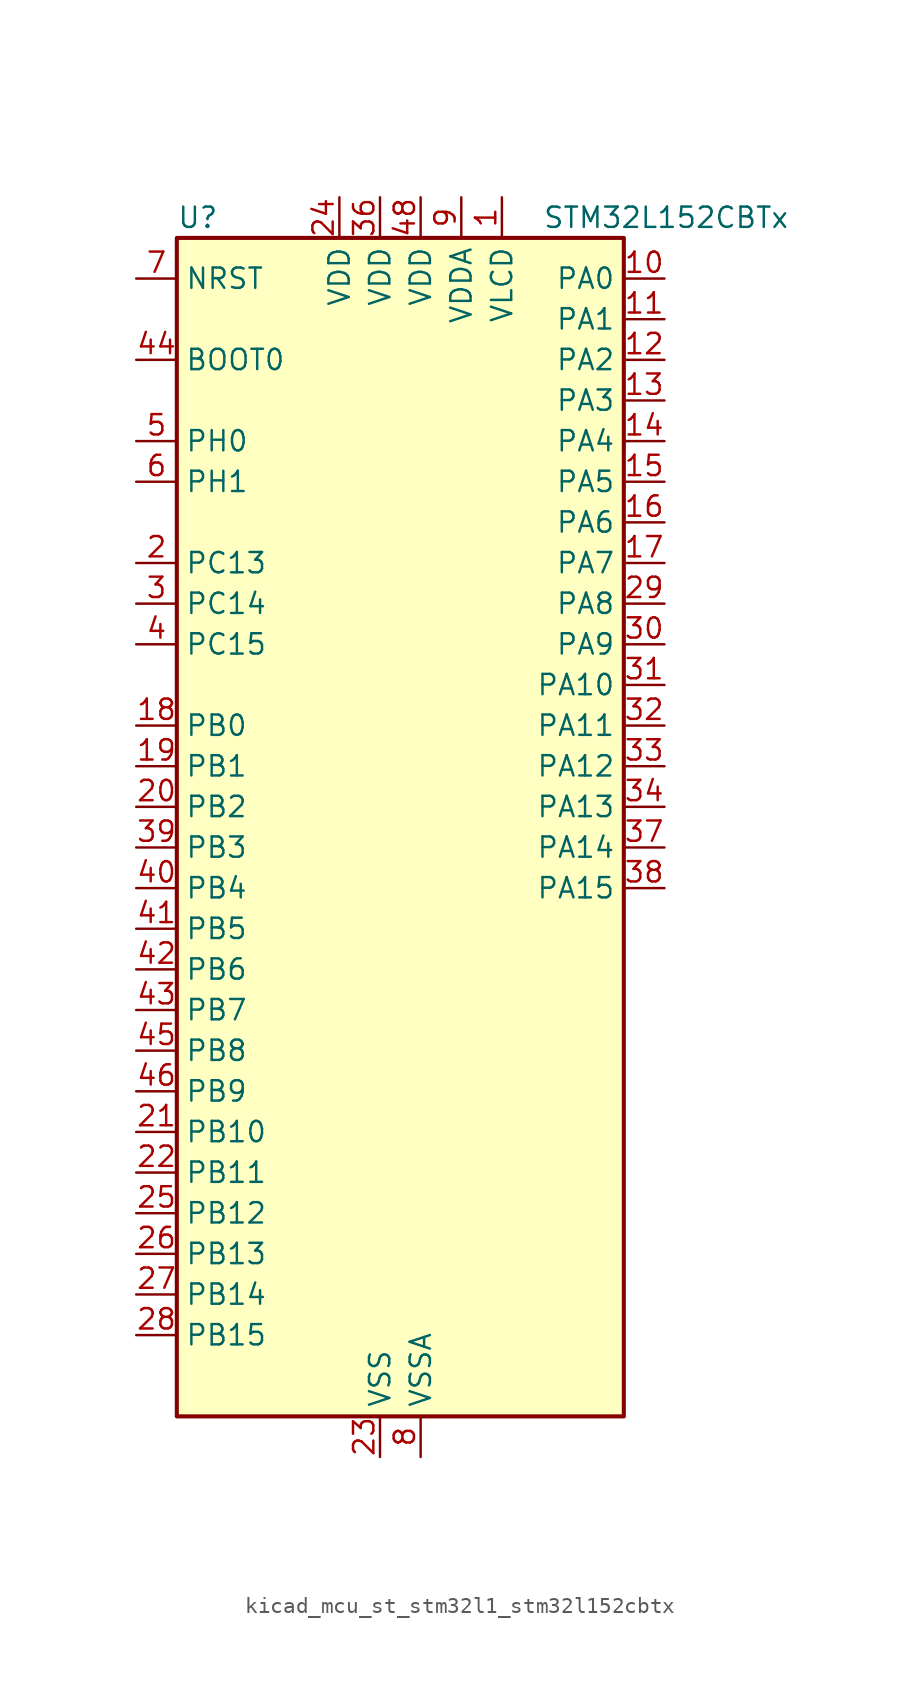
<source format=kicad_sym>
(kicad_symbol_lib
  (version 20220914)
  (generator kicad_symbol_editor)
  (symbol "kicad_mcu_st_stm32l1_stm32l152cbtx"
    (property "Reference" "U"
      (at -12.7 39.37 0)
      (effects (font (size 1.27 1.27)) (justify left)))
    (property "Value" "STM32L152CBTx"
      (at 10.16 39.37 0)
      (effects (font (size 1.27 1.27)) (justify left)))
    (property "ki_locked" ""
      (at 0 0 0)
      (effects (font (size 1.27 1.27))))
    (symbol "kicad_mcu_st_stm32l1_stm32l152cbtx_0_1"
      (rectangle (start -12.7 -35.56) (end 15.24 38.1) (stroke (width 0.254) (type default)) (fill (type background))))
    (symbol "kicad_mcu_st_stm32l1_stm32l152cbtx_1_1"
      (pin power_in line (at 7.62 40.64 270) (length 2.54) (name "VLCD" (effects (font (size 1.27 1.27)))) (number "1" (effects (font (size 1.27 1.27)))))
      (pin bidirectional line (at 17.78 35.56 180) (length 2.54) (name "PA0" (effects (font (size 1.27 1.27)))) (number "10" (effects (font (size 1.27 1.27)))) (alternate "ADC_IN0" bidirectional line) (alternate "COMP1_INP" bidirectional line) (alternate "SYS_WKUP1" bidirectional line) (alternate "TIM2_CH1" bidirectional line) (alternate "TIM2_ETR" bidirectional line) (alternate "TIMX_IC1" bidirectional line) (alternate "TS_G1_IO1" bidirectional line) (alternate "USART2_CTS" bidirectional line))
      (pin bidirectional line (at 17.78 33.02 180) (length 2.54) (name "PA1" (effects (font (size 1.27 1.27)))) (number "11" (effects (font (size 1.27 1.27)))) (alternate "ADC_IN1" bidirectional line) (alternate "COMP1_INP" bidirectional line) (alternate "LCD_SEG0" bidirectional line) (alternate "TIM2_CH2" bidirectional line) (alternate "TIMX_IC2" bidirectional line) (alternate "TS_G1_IO2" bidirectional line) (alternate "USART2_RTS" bidirectional line))
      (pin bidirectional line (at 17.78 30.48 180) (length 2.54) (name "PA2" (effects (font (size 1.27 1.27)))) (number "12" (effects (font (size 1.27 1.27)))) (alternate "ADC_IN2" bidirectional line) (alternate "COMP1_INP" bidirectional line) (alternate "LCD_SEG1" bidirectional line) (alternate "TIM2_CH3" bidirectional line) (alternate "TIM9_CH1" bidirectional line) (alternate "TIMX_IC3" bidirectional line) (alternate "TS_G1_IO3" bidirectional line) (alternate "USART2_TX" bidirectional line))
      (pin bidirectional line (at 17.78 27.94 180) (length 2.54) (name "PA3" (effects (font (size 1.27 1.27)))) (number "13" (effects (font (size 1.27 1.27)))) (alternate "ADC_IN3" bidirectional line) (alternate "COMP1_INP" bidirectional line) (alternate "LCD_SEG2" bidirectional line) (alternate "TIM2_CH4" bidirectional line) (alternate "TIM9_CH2" bidirectional line) (alternate "TIMX_IC4" bidirectional line) (alternate "TS_G1_IO4" bidirectional line) (alternate "USART2_RX" bidirectional line))
      (pin bidirectional line (at 17.78 25.4 180) (length 2.54) (name "PA4" (effects (font (size 1.27 1.27)))) (number "14" (effects (font (size 1.27 1.27)))) (alternate "ADC_IN4" bidirectional line) (alternate "COMP1_INP" bidirectional line) (alternate "DAC_OUT1" bidirectional line) (alternate "SPI1_NSS" bidirectional line) (alternate "TIMX_IC1" bidirectional line) (alternate "USART2_CK" bidirectional line))
      (pin bidirectional line (at 17.78 22.86 180) (length 2.54) (name "PA5" (effects (font (size 1.27 1.27)))) (number "15" (effects (font (size 1.27 1.27)))) (alternate "ADC_IN5" bidirectional line) (alternate "COMP1_INP" bidirectional line) (alternate "DAC_OUT2" bidirectional line) (alternate "SPI1_SCK" bidirectional line) (alternate "TIM2_CH1" bidirectional line) (alternate "TIM2_ETR" bidirectional line) (alternate "TIMX_IC2" bidirectional line))
      (pin bidirectional line (at 17.78 20.32 180) (length 2.54) (name "PA6" (effects (font (size 1.27 1.27)))) (number "16" (effects (font (size 1.27 1.27)))) (alternate "ADC_IN6" bidirectional line) (alternate "COMP1_INP" bidirectional line) (alternate "LCD_SEG3" bidirectional line) (alternate "SPI1_MISO" bidirectional line) (alternate "TIM10_CH1" bidirectional line) (alternate "TIM3_CH1" bidirectional line) (alternate "TIMX_IC3" bidirectional line) (alternate "TS_G2_IO1" bidirectional line))
      (pin bidirectional line (at 17.78 17.78 180) (length 2.54) (name "PA7" (effects (font (size 1.27 1.27)))) (number "17" (effects (font (size 1.27 1.27)))) (alternate "ADC_IN7" bidirectional line) (alternate "COMP1_INP" bidirectional line) (alternate "LCD_SEG4" bidirectional line) (alternate "SPI1_MOSI" bidirectional line) (alternate "TIM11_CH1" bidirectional line) (alternate "TIM3_CH2" bidirectional line) (alternate "TIMX_IC4" bidirectional line) (alternate "TS_G2_IO2" bidirectional line))
      (pin bidirectional line (at -15.24 7.62 0) (length 2.54) (name "PB0" (effects (font (size 1.27 1.27)))) (number "18" (effects (font (size 1.27 1.27)))) (alternate "ADC_IN8" bidirectional line) (alternate "COMP1_INP" bidirectional line) (alternate "LCD_SEG5" bidirectional line) (alternate "SYS_V_REF_OUT" bidirectional line) (alternate "TIM3_CH3" bidirectional line) (alternate "TS_G3_IO1" bidirectional line))
      (pin bidirectional line (at -15.24 5.08 0) (length 2.54) (name "PB1" (effects (font (size 1.27 1.27)))) (number "19" (effects (font (size 1.27 1.27)))) (alternate "ADC_IN9" bidirectional line) (alternate "COMP1_INP" bidirectional line) (alternate "LCD_SEG6" bidirectional line) (alternate "SYS_V_REF_OUT" bidirectional line) (alternate "TIM3_CH4" bidirectional line) (alternate "TS_G3_IO2" bidirectional line))
      (pin bidirectional line (at -15.24 17.78 0) (length 2.54) (name "PC13" (effects (font (size 1.27 1.27)))) (number "2" (effects (font (size 1.27 1.27)))) (alternate "RTC_OUT_ALARM" bidirectional line) (alternate "RTC_OUT_CALIB" bidirectional line) (alternate "RTC_TAMP1" bidirectional line) (alternate "RTC_TS" bidirectional line) (alternate "SYS_WKUP2" bidirectional line) (alternate "TIMX_IC2" bidirectional line))
      (pin bidirectional line (at -15.24 2.54 0) (length 2.54) (name "PB2" (effects (font (size 1.27 1.27)))) (number "20" (effects (font (size 1.27 1.27)))))
      (pin bidirectional line (at -15.24 -17.78 0) (length 2.54) (name "PB10" (effects (font (size 1.27 1.27)))) (number "21" (effects (font (size 1.27 1.27)))) (alternate "I2C2_SCL" bidirectional line) (alternate "LCD_SEG10" bidirectional line) (alternate "TIM2_CH3" bidirectional line) (alternate "USART3_TX" bidirectional line))
      (pin bidirectional line (at -15.24 -20.32 0) (length 2.54) (name "PB11" (effects (font (size 1.27 1.27)))) (number "22" (effects (font (size 1.27 1.27)))) (alternate "ADC_EXTI11" bidirectional line) (alternate "I2C2_SDA" bidirectional line) (alternate "LCD_SEG11" bidirectional line) (alternate "TIM2_CH4" bidirectional line) (alternate "USART3_RX" bidirectional line))
      (pin power_in line (at 0 -38.1 90) (length 2.54) (name "VSS" (effects (font (size 1.27 1.27)))) (number "23" (effects (font (size 1.27 1.27)))))
      (pin power_in line (at -2.54 40.64 270) (length 2.54) (name "VDD" (effects (font (size 1.27 1.27)))) (number "24" (effects (font (size 1.27 1.27)))))
      (pin bidirectional line (at -15.24 -22.86 0) (length 2.54) (name "PB12" (effects (font (size 1.27 1.27)))) (number "25" (effects (font (size 1.27 1.27)))) (alternate "ADC_IN18" bidirectional line) (alternate "COMP1_INP" bidirectional line) (alternate "I2C2_SMBA" bidirectional line) (alternate "LCD_SEG12" bidirectional line) (alternate "SPI2_NSS" bidirectional line) (alternate "TIM10_CH1" bidirectional line) (alternate "TS_G7_IO1" bidirectional line) (alternate "USART3_CK" bidirectional line))
      (pin bidirectional line (at -15.24 -25.4 0) (length 2.54) (name "PB13" (effects (font (size 1.27 1.27)))) (number "26" (effects (font (size 1.27 1.27)))) (alternate "ADC_IN19" bidirectional line) (alternate "COMP1_INP" bidirectional line) (alternate "LCD_SEG13" bidirectional line) (alternate "SPI2_SCK" bidirectional line) (alternate "TIM9_CH1" bidirectional line) (alternate "TS_G7_IO2" bidirectional line) (alternate "USART3_CTS" bidirectional line))
      (pin bidirectional line (at -15.24 -27.94 0) (length 2.54) (name "PB14" (effects (font (size 1.27 1.27)))) (number "27" (effects (font (size 1.27 1.27)))) (alternate "ADC_IN20" bidirectional line) (alternate "COMP1_INP" bidirectional line) (alternate "LCD_SEG14" bidirectional line) (alternate "SPI2_MISO" bidirectional line) (alternate "TIM9_CH2" bidirectional line) (alternate "TS_G7_IO3" bidirectional line) (alternate "USART3_RTS" bidirectional line))
      (pin bidirectional line (at -15.24 -30.48 0) (length 2.54) (name "PB15" (effects (font (size 1.27 1.27)))) (number "28" (effects (font (size 1.27 1.27)))) (alternate "ADC_EXTI15" bidirectional line) (alternate "ADC_IN21" bidirectional line) (alternate "COMP1_INP" bidirectional line) (alternate "LCD_SEG15" bidirectional line) (alternate "RTC_REFIN" bidirectional line) (alternate "SPI2_MOSI" bidirectional line) (alternate "TIM11_CH1" bidirectional line) (alternate "TS_G7_IO4" bidirectional line))
      (pin bidirectional line (at 17.78 15.24 180) (length 2.54) (name "PA8" (effects (font (size 1.27 1.27)))) (number "29" (effects (font (size 1.27 1.27)))) (alternate "LCD_COM0" bidirectional line) (alternate "RCC_MCO" bidirectional line) (alternate "TIMX_IC1" bidirectional line) (alternate "TS_G4_IO1" bidirectional line) (alternate "USART1_CK" bidirectional line))
      (pin bidirectional line (at -15.24 15.24 0) (length 2.54) (name "PC14" (effects (font (size 1.27 1.27)))) (number "3" (effects (font (size 1.27 1.27)))) (alternate "RCC_OSC32_IN" bidirectional line) (alternate "TIMX_IC3" bidirectional line))
      (pin bidirectional line (at 17.78 12.7 180) (length 2.54) (name "PA9" (effects (font (size 1.27 1.27)))) (number "30" (effects (font (size 1.27 1.27)))) (alternate "DAC_EXTI9" bidirectional line) (alternate "LCD_COM1" bidirectional line) (alternate "TIMX_IC2" bidirectional line) (alternate "TS_G4_IO2" bidirectional line) (alternate "USART1_TX" bidirectional line))
      (pin bidirectional line (at 17.78 10.16 180) (length 2.54) (name "PA10" (effects (font (size 1.27 1.27)))) (number "31" (effects (font (size 1.27 1.27)))) (alternate "LCD_COM2" bidirectional line) (alternate "TIMX_IC3" bidirectional line) (alternate "TS_G4_IO3" bidirectional line) (alternate "USART1_RX" bidirectional line))
      (pin bidirectional line (at 17.78 7.62 180) (length 2.54) (name "PA11" (effects (font (size 1.27 1.27)))) (number "32" (effects (font (size 1.27 1.27)))) (alternate "ADC_EXTI11" bidirectional line) (alternate "SPI1_MISO" bidirectional line) (alternate "TIMX_IC4" bidirectional line) (alternate "USART1_CTS" bidirectional line) (alternate "USB_DM" bidirectional line))
      (pin bidirectional line (at 17.78 5.08 180) (length 2.54) (name "PA12" (effects (font (size 1.27 1.27)))) (number "33" (effects (font (size 1.27 1.27)))) (alternate "SPI1_MOSI" bidirectional line) (alternate "TIMX_IC1" bidirectional line) (alternate "USART1_RTS" bidirectional line) (alternate "USB_DP" bidirectional line))
      (pin bidirectional line (at 17.78 2.54 180) (length 2.54) (name "PA13" (effects (font (size 1.27 1.27)))) (number "34" (effects (font (size 1.27 1.27)))) (alternate "SYS_JTMS-SWDIO" bidirectional line) (alternate "TIMX_IC2" bidirectional line) (alternate "TS_G5_IO1" bidirectional line))
      (pin passive line (at 0 -38.1 90) (length 2.54) hide (name "VSS" (effects (font (size 1.27 1.27)))) (number "35" (effects (font (size 1.27 1.27)))))
      (pin power_in line (at 0 40.64 270) (length 2.54) (name "VDD" (effects (font (size 1.27 1.27)))) (number "36" (effects (font (size 1.27 1.27)))))
      (pin bidirectional line (at 17.78 0 180) (length 2.54) (name "PA14" (effects (font (size 1.27 1.27)))) (number "37" (effects (font (size 1.27 1.27)))) (alternate "SYS_JTCK-SWCLK" bidirectional line) (alternate "TIMX_IC3" bidirectional line) (alternate "TS_G5_IO2" bidirectional line))
      (pin bidirectional line (at 17.78 -2.54 180) (length 2.54) (name "PA15" (effects (font (size 1.27 1.27)))) (number "38" (effects (font (size 1.27 1.27)))) (alternate "ADC_EXTI15" bidirectional line) (alternate "LCD_SEG17" bidirectional line) (alternate "SPI1_NSS" bidirectional line) (alternate "SYS_JTDI" bidirectional line) (alternate "TIM2_CH1" bidirectional line) (alternate "TIM2_ETR" bidirectional line) (alternate "TIMX_IC4" bidirectional line) (alternate "TS_G5_IO3" bidirectional line))
      (pin bidirectional line (at -15.24 0 0) (length 2.54) (name "PB3" (effects (font (size 1.27 1.27)))) (number "39" (effects (font (size 1.27 1.27)))) (alternate "COMP2_INM" bidirectional line) (alternate "LCD_SEG7" bidirectional line) (alternate "SPI1_SCK" bidirectional line) (alternate "SYS_JTDO-TRACESWO" bidirectional line) (alternate "TIM2_CH2" bidirectional line))
      (pin bidirectional line (at -15.24 12.7 0) (length 2.54) (name "PC15" (effects (font (size 1.27 1.27)))) (number "4" (effects (font (size 1.27 1.27)))) (alternate "ADC_EXTI15" bidirectional line) (alternate "RCC_OSC32_OUT" bidirectional line) (alternate "TIMX_IC4" bidirectional line))
      (pin bidirectional line (at -15.24 -2.54 0) (length 2.54) (name "PB4" (effects (font (size 1.27 1.27)))) (number "40" (effects (font (size 1.27 1.27)))) (alternate "COMP2_INP" bidirectional line) (alternate "LCD_SEG8" bidirectional line) (alternate "SPI1_MISO" bidirectional line) (alternate "SYS_JTRST" bidirectional line) (alternate "TIM3_CH1" bidirectional line) (alternate "TS_G6_IO1" bidirectional line))
      (pin bidirectional line (at -15.24 -5.08 0) (length 2.54) (name "PB5" (effects (font (size 1.27 1.27)))) (number "41" (effects (font (size 1.27 1.27)))) (alternate "COMP2_INP" bidirectional line) (alternate "I2C1_SMBA" bidirectional line) (alternate "LCD_SEG9" bidirectional line) (alternate "SPI1_MOSI" bidirectional line) (alternate "TIM3_CH2" bidirectional line) (alternate "TS_G6_IO2" bidirectional line))
      (pin bidirectional line (at -15.24 -7.62 0) (length 2.54) (name "PB6" (effects (font (size 1.27 1.27)))) (number "42" (effects (font (size 1.27 1.27)))) (alternate "I2C1_SCL" bidirectional line) (alternate "TIM4_CH1" bidirectional line) (alternate "USART1_TX" bidirectional line))
      (pin bidirectional line (at -15.24 -10.16 0) (length 2.54) (name "PB7" (effects (font (size 1.27 1.27)))) (number "43" (effects (font (size 1.27 1.27)))) (alternate "I2C1_SDA" bidirectional line) (alternate "SYS_PVD_IN" bidirectional line) (alternate "TIM4_CH2" bidirectional line) (alternate "USART1_RX" bidirectional line))
      (pin input line (at -15.24 30.48 0) (length 2.54) (name "BOOT0" (effects (font (size 1.27 1.27)))) (number "44" (effects (font (size 1.27 1.27)))))
      (pin bidirectional line (at -15.24 -12.7 0) (length 2.54) (name "PB8" (effects (font (size 1.27 1.27)))) (number "45" (effects (font (size 1.27 1.27)))) (alternate "I2C1_SCL" bidirectional line) (alternate "LCD_SEG16" bidirectional line) (alternate "TIM10_CH1" bidirectional line) (alternate "TIM4_CH3" bidirectional line))
      (pin bidirectional line (at -15.24 -15.24 0) (length 2.54) (name "PB9" (effects (font (size 1.27 1.27)))) (number "46" (effects (font (size 1.27 1.27)))) (alternate "DAC_EXTI9" bidirectional line) (alternate "I2C1_SDA" bidirectional line) (alternate "LCD_COM3" bidirectional line) (alternate "TIM11_CH1" bidirectional line) (alternate "TIM4_CH4" bidirectional line))
      (pin passive line (at 0 -38.1 90) (length 2.54) hide (name "VSS" (effects (font (size 1.27 1.27)))) (number "47" (effects (font (size 1.27 1.27)))))
      (pin power_in line (at 2.54 40.64 270) (length 2.54) (name "VDD" (effects (font (size 1.27 1.27)))) (number "48" (effects (font (size 1.27 1.27)))))
      (pin bidirectional line (at -15.24 25.4 0) (length 2.54) (name "PH0" (effects (font (size 1.27 1.27)))) (number "5" (effects (font (size 1.27 1.27)))) (alternate "RCC_OSC_IN" bidirectional line))
      (pin bidirectional line (at -15.24 22.86 0) (length 2.54) (name "PH1" (effects (font (size 1.27 1.27)))) (number "6" (effects (font (size 1.27 1.27)))) (alternate "RCC_OSC_OUT" bidirectional line))
      (pin input line (at -15.24 35.56 0) (length 2.54) (name "NRST" (effects (font (size 1.27 1.27)))) (number "7" (effects (font (size 1.27 1.27)))))
      (pin power_in line (at 2.54 -38.1 90) (length 2.54) (name "VSSA" (effects (font (size 1.27 1.27)))) (number "8" (effects (font (size 1.27 1.27)))))
      (pin power_in line (at 5.08 40.64 270) (length 2.54) (name "VDDA" (effects (font (size 1.27 1.27)))) (number "9" (effects (font (size 1.27 1.27))))))))
</source>
